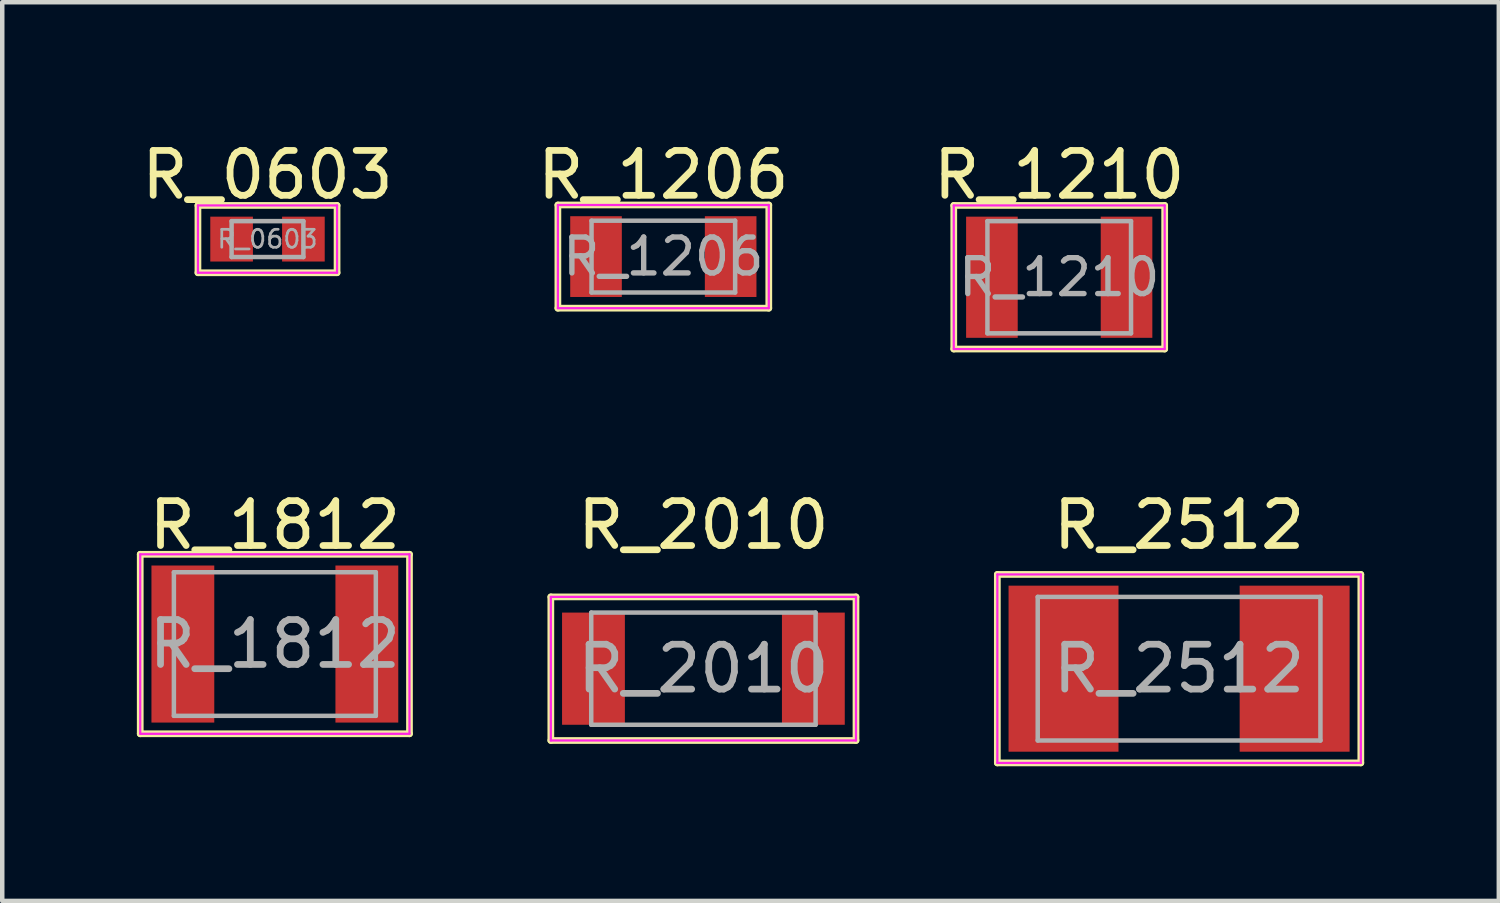
<source format=kicad_pcb>
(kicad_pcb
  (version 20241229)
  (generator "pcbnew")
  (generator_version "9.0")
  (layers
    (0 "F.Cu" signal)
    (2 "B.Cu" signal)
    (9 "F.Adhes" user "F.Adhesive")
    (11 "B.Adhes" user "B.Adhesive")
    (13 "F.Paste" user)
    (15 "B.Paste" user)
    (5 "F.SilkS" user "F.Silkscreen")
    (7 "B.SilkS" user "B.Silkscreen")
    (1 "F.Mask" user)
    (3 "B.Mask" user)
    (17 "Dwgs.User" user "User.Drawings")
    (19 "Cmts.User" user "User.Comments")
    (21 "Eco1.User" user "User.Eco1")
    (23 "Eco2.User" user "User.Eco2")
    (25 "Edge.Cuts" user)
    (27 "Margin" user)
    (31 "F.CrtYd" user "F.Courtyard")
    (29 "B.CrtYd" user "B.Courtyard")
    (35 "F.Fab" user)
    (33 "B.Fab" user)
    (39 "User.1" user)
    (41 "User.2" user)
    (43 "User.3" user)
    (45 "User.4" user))
  (footprint "R_1210"
    (layer "F.Cu")
    (at 20.554 3.128)
    (property "Reference" "R_1210" (at 0 -2.28 0) (layer "F.SilkS") (effects (font (size 1 1) (thickness 0.15))))
    (attr smd)
    (fp_line (start -2.35 -1.6) (end 2.35 -1.6) (stroke (width 0.15) (type solid)) (layer "F.SilkS"))
    (fp_line (start -2.35 1.6) (end -2.35 -1.6) (stroke (width 0.15) (type solid)) (layer "F.SilkS"))
    (fp_line (start 2.35 -1.6) (end 2.35 1.6) (stroke (width 0.15) (type solid)) (layer "F.SilkS"))
    (fp_line (start 2.35 1.6) (end -2.35 1.6) (stroke (width 0.15) (type solid)) (layer "F.SilkS"))
    (fp_line (start -2.35 -1.6) (end 2.35 -1.6) (stroke (width 0.05) (type solid)) (layer "F.CrtYd"))
    (fp_line (start -2.35 1.6) (end -2.35 -1.6) (stroke (width 0.05) (type solid)) (layer "F.CrtYd"))
    (fp_line (start 2.35 -1.6) (end 2.35 1.6) (stroke (width 0.05) (type solid)) (layer "F.CrtYd"))
    (fp_line (start 2.35 1.6) (end -2.35 1.6) (stroke (width 0.05) (type solid)) (layer "F.CrtYd"))
    (fp_line (start -1.6 -1.25) (end 1.6 -1.25) (stroke (width 0.1) (type solid)) (layer "F.Fab"))
    (fp_line (start -1.6 1.25) (end -1.6 -1.25) (stroke (width 0.1) (type solid)) (layer "F.Fab"))
    (fp_line (start 1.6 -1.25) (end 1.6 1.25) (stroke (width 0.1) (type solid)) (layer "F.Fab"))
    (fp_line (start 1.6 1.25) (end -1.6 1.25) (stroke (width 0.1) (type solid)) (layer "F.Fab"))
    (fp_text user "${REFERENCE}" (at 0 0 0) (layer "F.Fab") (effects (font (size 0.8 0.8) (thickness 0.12))))
    (pad "1" smd rect (at -1.5 0) (size 1.15 2.7) (layers "F.Cu" "F.Mask" "F.Paste"))
    (pad "2" smd rect (at 1.5 0) (size 1.15 2.7) (layers "F.Cu" "F.Mask" "F.Paste")))
  (footprint "R_2512"
    (layer "F.Cu")
    (at 23.225 11.851)
    (property "Reference" "R_2512" (at 0 -3.2 0) (layer "F.SilkS") (effects (font (size 1 1) (thickness 0.15))))
    (attr smd)
    (fp_line (start -4.05 -2.1) (end 4.05 -2.1) (stroke (width 0.15) (type solid)) (layer "F.SilkS"))
    (fp_line (start -4.05 2.1) (end -4.05 -2.1) (stroke (width 0.15) (type solid)) (layer "F.SilkS"))
    (fp_line (start 4.05 -2.1) (end 4.05 2.1) (stroke (width 0.15) (type solid)) (layer "F.SilkS"))
    (fp_line (start 4.05 2.1) (end -4.05 2.1) (stroke (width 0.15) (type solid)) (layer "F.SilkS"))
    (fp_line (start -4.05 -2.1) (end 4.05 -2.1) (stroke (width 0.05) (type solid)) (layer "F.CrtYd"))
    (fp_line (start -4.05 2.1) (end -4.05 -2.1) (stroke (width 0.05) (type solid)) (layer "F.CrtYd"))
    (fp_line (start 4.05 -2.1) (end 4.05 2.1) (stroke (width 0.05) (type solid)) (layer "F.CrtYd"))
    (fp_line (start 4.05 2.1) (end -4.05 2.1) (stroke (width 0.05) (type solid)) (layer "F.CrtYd"))
    (fp_line (start -3.15 -1.6) (end 3.15 -1.6) (stroke (width 0.1) (type solid)) (layer "F.Fab"))
    (fp_line (start -3.15 1.6) (end -3.15 -1.6) (stroke (width 0.1) (type solid)) (layer "F.Fab"))
    (fp_line (start 3.15 -1.6) (end 3.15 1.6) (stroke (width 0.1) (type solid)) (layer "F.Fab"))
    (fp_line (start 3.15 1.6) (end -3.15 1.6) (stroke (width 0.1) (type solid)) (layer "F.Fab"))
    (fp_text user "${REFERENCE}" (at 0 0 0) (layer "F.Fab") (effects (font (size 1 1) (thickness 0.15))))
    (pad "1" smd rect (at -2.575 0) (size 2.45 3.7) (layers "F.Cu" "F.Mask" "F.Paste"))
    (pad "2" smd rect (at 2.575 0) (size 2.45 3.7) (layers "F.Cu" "F.Mask" "F.Paste")))
  (footprint "R_0603"
    (layer "F.Cu")
    (at 2.911 2.278)
    (property "Reference" "R_0603" (at 0 -1.43 0) (layer "F.SilkS") (effects (font (size 1 1) (thickness 0.15))))
    (attr smd)
    (fp_line (start -1.55 -0.75) (end 1.55 -0.75) (stroke (width 0.15) (type solid)) (layer "F.SilkS"))
    (fp_line (start -1.55 0.75) (end -1.55 -0.75) (stroke (width 0.15) (type solid)) (layer "F.SilkS"))
    (fp_line (start 1.55 -0.75) (end 1.55 0.75) (stroke (width 0.15) (type solid)) (layer "F.SilkS"))
    (fp_line (start 1.55 0.75) (end -1.55 0.75) (stroke (width 0.15) (type solid)) (layer "F.SilkS"))
    (fp_line (start -1.55 -0.75) (end 1.55 -0.75) (stroke (width 0.05) (type solid)) (layer "F.CrtYd"))
    (fp_line (start -1.55 0.75) (end -1.55 -0.75) (stroke (width 0.05) (type solid)) (layer "F.CrtYd"))
    (fp_line (start 1.55 -0.75) (end 1.55 0.75) (stroke (width 0.05) (type solid)) (layer "F.CrtYd"))
    (fp_line (start 1.55 0.75) (end -1.55 0.75) (stroke (width 0.05) (type solid)) (layer "F.CrtYd"))
    (fp_line (start -0.8 -0.4) (end 0.8 -0.4) (stroke (width 0.1) (type solid)) (layer "F.Fab"))
    (fp_line (start -0.8 0.4) (end -0.8 -0.4) (stroke (width 0.1) (type solid)) (layer "F.Fab"))
    (fp_line (start 0.8 -0.4) (end 0.8 0.4) (stroke (width 0.1) (type solid)) (layer "F.Fab"))
    (fp_line (start 0.8 0.4) (end -0.8 0.4) (stroke (width 0.1) (type solid)) (layer "F.Fab"))
    (fp_text user "${REFERENCE}" (at 0 0 0) (layer "F.Fab") (effects (font (size 0.4 0.4) (thickness 0.06))))
    (pad "1" smd rect (at -0.8 0) (size 0.95 1) (layers "F.Cu" "F.Mask" "F.Paste"))
    (pad "2" smd rect (at 0.8 0) (size 0.95 1) (layers "F.Cu" "F.Mask" "F.Paste")))
  (footprint "R_1812"
    (layer "F.Cu")
    (at 3.075 11.302)
    (property "Reference" "R_1812" (at 0 -2.65 0) (layer "F.SilkS") (effects (font (size 1 1) (thickness 0.15))))
    (attr smd)
    (fp_line (start -3 -2) (end 3 -2) (stroke (width 0.15) (type solid)) (layer "F.SilkS"))
    (fp_line (start -3 2) (end -3 -2) (stroke (width 0.15) (type solid)) (layer "F.SilkS"))
    (fp_line (start 3 -2) (end 3 2) (stroke (width 0.15) (type solid)) (layer "F.SilkS"))
    (fp_line (start 3 2) (end -3 2) (stroke (width 0.15) (type solid)) (layer "F.SilkS"))
    (fp_line (start -3 -2) (end 3 -2) (stroke (width 0.05) (type solid)) (layer "F.CrtYd"))
    (fp_line (start -3 2) (end -3 -2) (stroke (width 0.05) (type solid)) (layer "F.CrtYd"))
    (fp_line (start 3 -2) (end 3 2) (stroke (width 0.05) (type solid)) (layer "F.CrtYd"))
    (fp_line (start 3 2) (end -3 2) (stroke (width 0.05) (type solid)) (layer "F.CrtYd"))
    (fp_line (start -2.25 -1.6) (end 2.25 -1.6) (stroke (width 0.1) (type solid)) (layer "F.Fab"))
    (fp_line (start -2.25 1.6) (end -2.25 -1.6) (stroke (width 0.1) (type solid)) (layer "F.Fab"))
    (fp_line (start 2.25 -1.6) (end 2.25 1.6) (stroke (width 0.1) (type solid)) (layer "F.Fab"))
    (fp_line (start 2.25 1.6) (end -2.25 1.6) (stroke (width 0.1) (type solid)) (layer "F.Fab"))
    (fp_text user "${REFERENCE}" (at 0 0 0) (layer "F.Fab") (effects (font (size 1 1) (thickness 0.15))))
    (pad "1" smd rect (at -2.05 0) (size 1.4 3.5) (layers "F.Cu" "F.Mask" "F.Paste"))
    (pad "2" smd rect (at 2.05 0) (size 1.4 3.5) (layers "F.Cu" "F.Mask" "F.Paste")))
  (footprint "R_1206"
    (layer "F.Cu")
    (at 11.732 2.668)
    (property "Reference" "R_1206" (at 0 -1.82 0) (layer "F.SilkS") (effects (font (size 1 1) (thickness 0.15))))
    (attr smd)
    (fp_line (start -2.35 -1.15) (end 2.35 -1.15) (stroke (width 0.15) (type solid)) (layer "F.SilkS"))
    (fp_line (start -2.35 1.15) (end -2.35 -1.15) (stroke (width 0.15) (type solid)) (layer "F.SilkS"))
    (fp_line (start 2.35 -1.15) (end 2.35 1.15) (stroke (width 0.15) (type solid)) (layer "F.SilkS"))
    (fp_line (start 2.35 1.15) (end -2.35 1.15) (stroke (width 0.15) (type solid)) (layer "F.SilkS"))
    (fp_line (start -2.35 -1.15) (end 2.35 -1.15) (stroke (width 0.05) (type solid)) (layer "F.CrtYd"))
    (fp_line (start -2.35 1.15) (end -2.35 -1.15) (stroke (width 0.05) (type solid)) (layer "F.CrtYd"))
    (fp_line (start 2.35 -1.15) (end 2.35 1.15) (stroke (width 0.05) (type solid)) (layer "F.CrtYd"))
    (fp_line (start 2.35 1.15) (end -2.35 1.15) (stroke (width 0.05) (type solid)) (layer "F.CrtYd"))
    (fp_line (start -1.6 -0.8) (end 1.6 -0.8) (stroke (width 0.1) (type solid)) (layer "F.Fab"))
    (fp_line (start -1.6 0.8) (end -1.6 -0.8) (stroke (width 0.1) (type solid)) (layer "F.Fab"))
    (fp_line (start 1.6 -0.8) (end 1.6 0.8) (stroke (width 0.1) (type solid)) (layer "F.Fab"))
    (fp_line (start 1.6 0.8) (end -1.6 0.8) (stroke (width 0.1) (type solid)) (layer "F.Fab"))
    (fp_text user "${REFERENCE}" (at 0 0 0) (layer "F.Fab") (effects (font (size 0.8 0.8) (thickness 0.12))))
    (pad "1" smd rect (at -1.5 0) (size 1.15 1.8) (layers "F.Cu" "F.Mask" "F.Paste"))
    (pad "2" smd rect (at 1.5 0) (size 1.15 1.8) (layers "F.Cu" "F.Mask" "F.Paste")))
  (footprint "R_2010"
    (layer "F.Cu")
    (at 12.625 11.851)
    (property "Reference" "R_2010" (at 0 -3.2 0) (layer "F.SilkS") (effects (font (size 1 1) (thickness 0.15))))
    (attr smd)
    (fp_line (start -3.4 -1.6) (end 3.4 -1.6) (stroke (width 0.15) (type solid)) (layer "F.SilkS"))
    (fp_line (start -3.4 1.6) (end -3.4 -1.6) (stroke (width 0.15) (type solid)) (layer "F.SilkS"))
    (fp_line (start 3.4 -1.6) (end 3.4 1.6) (stroke (width 0.15) (type solid)) (layer "F.SilkS"))
    (fp_line (start 3.4 1.6) (end -3.4 1.6) (stroke (width 0.15) (type solid)) (layer "F.SilkS"))
    (fp_line (start -3.4 -1.6) (end 3.4 -1.6) (stroke (width 0.05) (type solid)) (layer "F.CrtYd"))
    (fp_line (start -3.4 1.6) (end -3.4 -1.6) (stroke (width 0.05) (type solid)) (layer "F.CrtYd"))
    (fp_line (start 3.4 -1.6) (end 3.4 1.6) (stroke (width 0.05) (type solid)) (layer "F.CrtYd"))
    (fp_line (start 3.4 1.6) (end -3.4 1.6) (stroke (width 0.05) (type solid)) (layer "F.CrtYd"))
    (fp_line (start -2.5 -1.25) (end 2.5 -1.25) (stroke (width 0.1) (type solid)) (layer "F.Fab"))
    (fp_line (start -2.5 1.25) (end -2.5 -1.25) (stroke (width 0.1) (type solid)) (layer "F.Fab"))
    (fp_line (start 2.5 -1.25) (end 2.5 1.25) (stroke (width 0.1) (type solid)) (layer "F.Fab"))
    (fp_line (start 2.5 1.25) (end -2.5 1.25) (stroke (width 0.1) (type solid)) (layer "F.Fab"))
    (fp_text user "${REFERENCE}" (at 0 0 0) (layer "F.Fab") (effects (font (size 1 1) (thickness 0.15))))
    (pad "1" smd rect (at -2.45 0) (size 1.4 2.5) (layers "F.Cu" "F.Mask" "F.Paste"))
    (pad "2" smd rect (at 2.45 0) (size 1.4 2.5) (layers "F.Cu" "F.Mask" "F.Paste")))
  (gr_rect
    (start -3 -3)
    (end 30.35 17.026)
    (stroke (width 0.1) (type default))
    (fill no)
    (layer "Edge.Cuts")))
</source>
